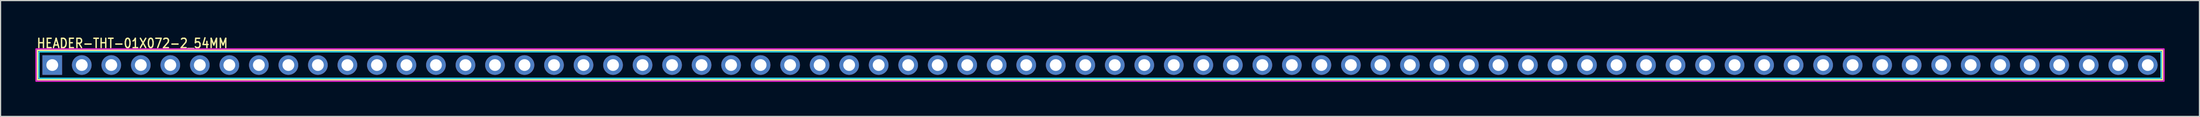
<source format=kicad_pcb>
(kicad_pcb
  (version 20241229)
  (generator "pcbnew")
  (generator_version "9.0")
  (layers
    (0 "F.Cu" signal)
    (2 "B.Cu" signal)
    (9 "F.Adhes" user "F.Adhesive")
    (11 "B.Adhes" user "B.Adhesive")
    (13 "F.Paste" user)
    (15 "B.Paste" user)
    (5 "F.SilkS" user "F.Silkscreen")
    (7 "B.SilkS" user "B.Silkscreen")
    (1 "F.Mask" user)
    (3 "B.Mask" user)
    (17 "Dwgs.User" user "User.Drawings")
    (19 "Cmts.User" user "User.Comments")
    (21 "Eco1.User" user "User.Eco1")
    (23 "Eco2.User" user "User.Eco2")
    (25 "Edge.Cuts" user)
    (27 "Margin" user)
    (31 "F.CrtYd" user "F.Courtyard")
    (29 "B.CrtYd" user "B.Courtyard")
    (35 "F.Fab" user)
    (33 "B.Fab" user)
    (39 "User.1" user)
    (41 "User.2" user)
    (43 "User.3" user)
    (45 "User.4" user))
  (footprint "HEADER-THT-01X072-2_54MM"
    (layer "F.Cu")
    (at 1.447 2.579)
    (property "Reference" "HEADER-THT-01X072-2_54MM" (at -1.4 -1.4 0) (unlocked yes) (layer "F.SilkS") (effects (font (size 0.813 0.695) (thickness 0.122)) (justify left bottom)))
    (fp_line (start -1.27 -1.27) (end -1.27 1.27) (stroke (width 0.127) (type solid)) (layer "F.SilkS"))
    (fp_line (start -1.27 1.27) (end 181.61 1.27) (stroke (width 0.127) (type solid)) (layer "F.SilkS"))
    (fp_line (start 181.61 -1.27) (end -1.27 -1.27) (stroke (width 0.127) (type solid)) (layer "F.SilkS"))
    (fp_line (start 181.61 1.27) (end 181.61 -1.27) (stroke (width 0.127) (type solid)) (layer "F.SilkS"))
    (fp_poly (pts (xy -1.143 -1.143) (xy 181.483 -1.143) (xy 181.483 1.143) (xy -1.143 1.143)) (stroke (width 0.1) (type solid)) (fill no) (layer "B.CrtYd"))
    (fp_poly (pts (xy -1.397 -1.397) (xy 181.737 -1.397) (xy 181.737 1.397) (xy -1.397 1.397)) (stroke (width 0.1) (type solid)) (fill no) (layer "F.CrtYd"))
    (pad "1" thru_hole rect (at 0 0) (size 1.693 1.693) (drill 1.016) (layers "*.Cu" "*.Mask"))
    (pad "2" thru_hole oval (at 2.54 0) (size 1.693 1.693) (drill 1.016) (layers "*.Cu" "*.Mask"))
    (pad "3" thru_hole oval (at 5.08 0) (size 1.693 1.693) (drill 1.016) (layers "*.Cu" "*.Mask"))
    (pad "4" thru_hole oval (at 7.62 0) (size 1.693 1.693) (drill 1.016) (layers "*.Cu" "*.Mask"))
    (pad "5" thru_hole oval (at 10.16 0) (size 1.693 1.693) (drill 1.016) (layers "*.Cu" "*.Mask"))
    (pad "6" thru_hole oval (at 12.7 0) (size 1.693 1.693) (drill 1.016) (layers "*.Cu" "*.Mask"))
    (pad "7" thru_hole oval (at 15.24 0) (size 1.693 1.693) (drill 1.016) (layers "*.Cu" "*.Mask"))
    (pad "8" thru_hole oval (at 17.78 0) (size 1.693 1.693) (drill 1.016) (layers "*.Cu" "*.Mask"))
    (pad "9" thru_hole oval (at 20.32 0) (size 1.693 1.693) (drill 1.016) (layers "*.Cu" "*.Mask"))
    (pad "10" thru_hole oval (at 22.86 0) (size 1.693 1.693) (drill 1.016) (layers "*.Cu" "*.Mask"))
    (pad "11" thru_hole oval (at 25.4 0) (size 1.693 1.693) (drill 1.016) (layers "*.Cu" "*.Mask"))
    (pad "12" thru_hole oval (at 27.94 0) (size 1.693 1.693) (drill 1.016) (layers "*.Cu" "*.Mask"))
    (pad "13" thru_hole oval (at 30.48 0) (size 1.693 1.693) (drill 1.016) (layers "*.Cu" "*.Mask"))
    (pad "14" thru_hole oval (at 33.02 0) (size 1.693 1.693) (drill 1.016) (layers "*.Cu" "*.Mask"))
    (pad "15" thru_hole oval (at 35.56 0) (size 1.693 1.693) (drill 1.016) (layers "*.Cu" "*.Mask"))
    (pad "16" thru_hole oval (at 38.1 0) (size 1.693 1.693) (drill 1.016) (layers "*.Cu" "*.Mask"))
    (pad "17" thru_hole oval (at 40.64 0) (size 1.693 1.693) (drill 1.016) (layers "*.Cu" "*.Mask"))
    (pad "18" thru_hole oval (at 43.18 0) (size 1.693 1.693) (drill 1.016) (layers "*.Cu" "*.Mask"))
    (pad "19" thru_hole oval (at 45.72 0) (size 1.693 1.693) (drill 1.016) (layers "*.Cu" "*.Mask"))
    (pad "20" thru_hole oval (at 48.26 0) (size 1.693 1.693) (drill 1.016) (layers "*.Cu" "*.Mask"))
    (pad "21" thru_hole oval (at 50.8 0) (size 1.693 1.693) (drill 1.016) (layers "*.Cu" "*.Mask"))
    (pad "22" thru_hole oval (at 53.34 0) (size 1.693 1.693) (drill 1.016) (layers "*.Cu" "*.Mask"))
    (pad "23" thru_hole oval (at 55.88 0) (size 1.693 1.693) (drill 1.016) (layers "*.Cu" "*.Mask"))
    (pad "24" thru_hole oval (at 58.42 0) (size 1.693 1.693) (drill 1.016) (layers "*.Cu" "*.Mask"))
    (pad "25" thru_hole oval (at 60.96 0) (size 1.693 1.693) (drill 1.016) (layers "*.Cu" "*.Mask"))
    (pad "26" thru_hole oval (at 63.5 0) (size 1.693 1.693) (drill 1.016) (layers "*.Cu" "*.Mask"))
    (pad "27" thru_hole oval (at 66.04 0) (size 1.693 1.693) (drill 1.016) (layers "*.Cu" "*.Mask"))
    (pad "28" thru_hole oval (at 68.58 0) (size 1.693 1.693) (drill 1.016) (layers "*.Cu" "*.Mask"))
    (pad "29" thru_hole oval (at 71.12 0) (size 1.693 1.693) (drill 1.016) (layers "*.Cu" "*.Mask"))
    (pad "30" thru_hole oval (at 73.66 0) (size 1.693 1.693) (drill 1.016) (layers "*.Cu" "*.Mask"))
    (pad "31" thru_hole oval (at 76.2 0) (size 1.693 1.693) (drill 1.016) (layers "*.Cu" "*.Mask"))
    (pad "32" thru_hole oval (at 78.74 0) (size 1.693 1.693) (drill 1.016) (layers "*.Cu" "*.Mask"))
    (pad "33" thru_hole oval (at 81.28 0) (size 1.693 1.693) (drill 1.016) (layers "*.Cu" "*.Mask"))
    (pad "34" thru_hole oval (at 83.82 0) (size 1.693 1.693) (drill 1.016) (layers "*.Cu" "*.Mask"))
    (pad "35" thru_hole oval (at 86.36 0) (size 1.693 1.693) (drill 1.016) (layers "*.Cu" "*.Mask"))
    (pad "36" thru_hole oval (at 88.9 0) (size 1.693 1.693) (drill 1.016) (layers "*.Cu" "*.Mask"))
    (pad "37" thru_hole oval (at 91.44 0) (size 1.693 1.693) (drill 1.016) (layers "*.Cu" "*.Mask"))
    (pad "38" thru_hole oval (at 93.98 0) (size 1.693 1.693) (drill 1.016) (layers "*.Cu" "*.Mask"))
    (pad "39" thru_hole oval (at 96.52 0) (size 1.693 1.693) (drill 1.016) (layers "*.Cu" "*.Mask"))
    (pad "40" thru_hole oval (at 99.06 0) (size 1.693 1.693) (drill 1.016) (layers "*.Cu" "*.Mask"))
    (pad "41" thru_hole oval (at 101.6 0) (size 1.693 1.693) (drill 1.016) (layers "*.Cu" "*.Mask"))
    (pad "42" thru_hole oval (at 104.14 0) (size 1.693 1.693) (drill 1.016) (layers "*.Cu" "*.Mask"))
    (pad "43" thru_hole oval (at 106.68 0) (size 1.693 1.693) (drill 1.016) (layers "*.Cu" "*.Mask"))
    (pad "44" thru_hole oval (at 109.22 0) (size 1.693 1.693) (drill 1.016) (layers "*.Cu" "*.Mask"))
    (pad "45" thru_hole oval (at 111.76 0) (size 1.693 1.693) (drill 1.016) (layers "*.Cu" "*.Mask"))
    (pad "46" thru_hole oval (at 114.3 0) (size 1.693 1.693) (drill 1.016) (layers "*.Cu" "*.Mask"))
    (pad "47" thru_hole oval (at 116.84 0) (size 1.693 1.693) (drill 1.016) (layers "*.Cu" "*.Mask"))
    (pad "48" thru_hole oval (at 119.38 0) (size 1.693 1.693) (drill 1.016) (layers "*.Cu" "*.Mask"))
    (pad "49" thru_hole oval (at 121.92 0) (size 1.693 1.693) (drill 1.016) (layers "*.Cu" "*.Mask"))
    (pad "50" thru_hole oval (at 124.46 0) (size 1.693 1.693) (drill 1.016) (layers "*.Cu" "*.Mask"))
    (pad "51" thru_hole oval (at 127 0) (size 1.693 1.693) (drill 1.016) (layers "*.Cu" "*.Mask"))
    (pad "52" thru_hole oval (at 129.54 0) (size 1.693 1.693) (drill 1.016) (layers "*.Cu" "*.Mask"))
    (pad "53" thru_hole oval (at 132.08 0) (size 1.693 1.693) (drill 1.016) (layers "*.Cu" "*.Mask"))
    (pad "54" thru_hole oval (at 134.62 0) (size 1.693 1.693) (drill 1.016) (layers "*.Cu" "*.Mask"))
    (pad "55" thru_hole oval (at 137.16 0) (size 1.693 1.693) (drill 1.016) (layers "*.Cu" "*.Mask"))
    (pad "56" thru_hole oval (at 139.7 0) (size 1.693 1.693) (drill 1.016) (layers "*.Cu" "*.Mask"))
    (pad "57" thru_hole oval (at 142.24 0) (size 1.693 1.693) (drill 1.016) (layers "*.Cu" "*.Mask"))
    (pad "58" thru_hole oval (at 144.78 0) (size 1.693 1.693) (drill 1.016) (layers "*.Cu" "*.Mask"))
    (pad "59" thru_hole oval (at 147.32 0) (size 1.693 1.693) (drill 1.016) (layers "*.Cu" "*.Mask"))
    (pad "60" thru_hole oval (at 149.86 0) (size 1.693 1.693) (drill 1.016) (layers "*.Cu" "*.Mask"))
    (pad "61" thru_hole oval (at 152.4 0) (size 1.693 1.693) (drill 1.016) (layers "*.Cu" "*.Mask"))
    (pad "62" thru_hole oval (at 154.94 0) (size 1.693 1.693) (drill 1.016) (layers "*.Cu" "*.Mask"))
    (pad "63" thru_hole oval (at 157.48 0) (size 1.693 1.693) (drill 1.016) (layers "*.Cu" "*.Mask"))
    (pad "64" thru_hole oval (at 160.02 0) (size 1.693 1.693) (drill 1.016) (layers "*.Cu" "*.Mask"))
    (pad "65" thru_hole oval (at 162.56 0) (size 1.693 1.693) (drill 1.016) (layers "*.Cu" "*.Mask"))
    (pad "66" thru_hole oval (at 165.1 0) (size 1.693 1.693) (drill 1.016) (layers "*.Cu" "*.Mask"))
    (pad "67" thru_hole oval (at 167.64 0) (size 1.693 1.693) (drill 1.016) (layers "*.Cu" "*.Mask"))
    (pad "68" thru_hole oval (at 170.18 0) (size 1.693 1.693) (drill 1.016) (layers "*.Cu" "*.Mask"))
    (pad "69" thru_hole oval (at 172.72 0) (size 1.693 1.693) (drill 1.016) (layers "*.Cu" "*.Mask"))
    (pad "70" thru_hole oval (at 175.26 0) (size 1.693 1.693) (drill 1.016) (layers "*.Cu" "*.Mask"))
    (pad "71" thru_hole oval (at 177.8 0) (size 1.693 1.693) (drill 1.016) (layers "*.Cu" "*.Mask"))
    (pad "72" thru_hole oval (at 180.34 0) (size 1.693 1.693) (drill 1.016) (layers "*.Cu" "*.Mask")))
  (gr_rect
    (start -3 -3)
    (end 186.234 7.026)
    (stroke (width 0.1) (type default))
    (fill no)
    (layer "Edge.Cuts")))
</source>
